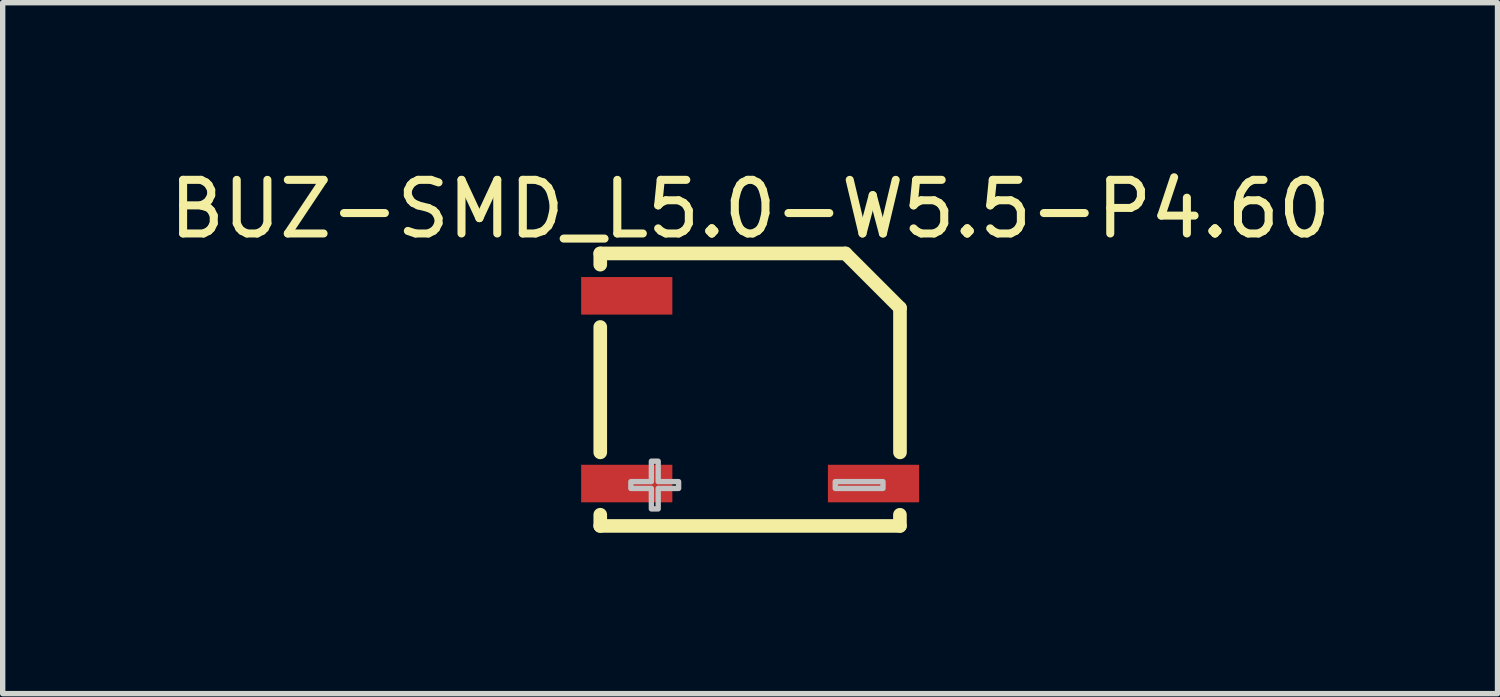
<source format=kicad_pcb>
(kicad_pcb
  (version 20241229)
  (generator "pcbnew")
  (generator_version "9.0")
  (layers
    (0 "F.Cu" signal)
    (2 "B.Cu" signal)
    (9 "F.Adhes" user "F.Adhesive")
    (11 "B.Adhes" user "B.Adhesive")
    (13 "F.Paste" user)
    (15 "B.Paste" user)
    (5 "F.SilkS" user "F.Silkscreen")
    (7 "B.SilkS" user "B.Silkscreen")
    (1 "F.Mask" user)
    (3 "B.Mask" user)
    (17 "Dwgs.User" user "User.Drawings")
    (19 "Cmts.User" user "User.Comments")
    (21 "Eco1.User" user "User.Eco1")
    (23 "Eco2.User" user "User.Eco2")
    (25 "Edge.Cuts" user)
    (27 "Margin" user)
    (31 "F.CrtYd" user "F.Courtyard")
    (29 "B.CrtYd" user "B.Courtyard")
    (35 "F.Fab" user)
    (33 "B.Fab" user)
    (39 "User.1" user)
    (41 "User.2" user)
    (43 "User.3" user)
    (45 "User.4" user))
  (footprint "BUZ-SMD_L5.0-W5.5-P4.60"
    (layer "F.Cu")
    (at 10.935 4.215)
    (property "Reference" "BUZ-SMD_L5.0-W5.5-P4.60" (at 0 -3.367 0) (layer "F.SilkS") (effects (font (size 1 1) (thickness 0.15))))
    (fp_line (start -2.794 -2.54) (end 1.778 -2.54) (stroke (width 0.254) (type default)) (layer "F.SilkS"))
    (fp_line (start -2.794 -2.331) (end -2.794 -2.54) (stroke (width 0.254) (type default)) (layer "F.SilkS"))
    (fp_line (start -2.794 1.169) (end -2.794 -1.169) (stroke (width 0.254) (type default)) (layer "F.SilkS"))
    (fp_line (start -2.794 2.54) (end -2.794 2.331) (stroke (width 0.254) (type default)) (layer "F.SilkS"))
    (fp_line (start 1.778 -2.54) (end 2.794 -1.524) (stroke (width 0.254) (type default)) (layer "F.SilkS"))
    (fp_line (start 2.793 2.332) (end 2.793 2.54) (stroke (width 0.254) (type default)) (layer "F.SilkS"))
    (fp_line (start 2.793 2.54) (end -2.794 2.54) (stroke (width 0.254) (type default)) (layer "F.SilkS"))
    (fp_line (start 2.794 -1.524) (end 2.794 1.169) (stroke (width 0.254) (type default)) (layer "F.SilkS"))
    (fp_poly (pts (xy 1.587 1.714) (xy 2.477 1.714) (xy 2.477 1.841) (xy 1.587 1.841)) (stroke (width 0.1) (type default)) (fill no) (layer "Dwgs.User"))
    (fp_poly (pts (xy -1.841 2.223) (xy -1.841 1.841) (xy -2.223 1.841) (xy -2.223 1.714) (xy -1.841 1.714) (xy -1.841 1.333) (xy -1.714 1.333) (xy -1.714 1.714) (xy -1.333 1.714) (xy -1.333 1.841) (xy -1.714 1.841) (xy -1.714 2.223)) (stroke (width 0.1) (type default)) (fill no) (layer "Dwgs.User"))
    (fp_poly (pts (xy -2.75 -2.1) (xy -1.5 -2.1) (xy -1.5 -1.4) (xy -2.75 -1.4)) (stroke (width 0.1) (type default)) (fill no) (layer "User.1"))
    (fp_poly (pts (xy -2.75 1.4) (xy -1.5 1.4) (xy -1.5 2.1) (xy -2.75 2.1)) (stroke (width 0.1) (type default)) (fill no) (layer "User.1"))
    (fp_poly (pts (xy 1.5 1.4) (xy 2.75 1.4) (xy 2.75 2.1) (xy 1.5 2.1)) (stroke (width 0.1) (type default)) (fill no) (layer "User.1"))
    (fp_line (start -2.75 -2.5) (end 1.7 -2.5) (stroke (width 0.051) (type default)) (layer "User.2"))
    (fp_line (start -2.75 2.5) (end -2.75 -2.5) (stroke (width 0.051) (type default)) (layer "User.2"))
    (fp_line (start 1.7 -2.5) (end 2.75 -1.5) (stroke (width 0.051) (type default)) (layer "User.2"))
    (fp_line (start 2.75 -1.5) (end 2.75 2.5) (stroke (width 0.051) (type default)) (layer "User.2"))
    (fp_line (start 2.75 2.5) (end -2.75 2.5) (stroke (width 0.051) (type default)) (layer "User.2"))
    (fp_poly (pts (xy -2.695 2.477) (xy -2.727 2.445) (xy -2.773 2.445) (xy -2.805 2.477) (xy -2.805 2.523) (xy -2.773 2.555) (xy -2.727 2.555) (xy -2.695 2.523)) (stroke (width 0.1) (type default)) (fill no) (layer "User.3"))
    (pad "1" smd rect (at -2.3 1.75) (size 1.7 0.7) (layers "F.Cu" "F.Mask" "F.Paste"))
    (pad "2" smd rect (at 2.3 1.75) (size 1.7 0.7) (layers "F.Cu" "F.Mask" "F.Paste"))
    (pad "3" smd rect (at -2.3 -1.75) (size 1.7 0.7) (layers "F.Cu" "F.Mask" "F.Paste")))
  (gr_rect
    (start -3 -3)
    (end 24.869 9.882)
    (stroke (width 0.1) (type default))
    (fill no)
    (layer "Edge.Cuts")))
</source>
